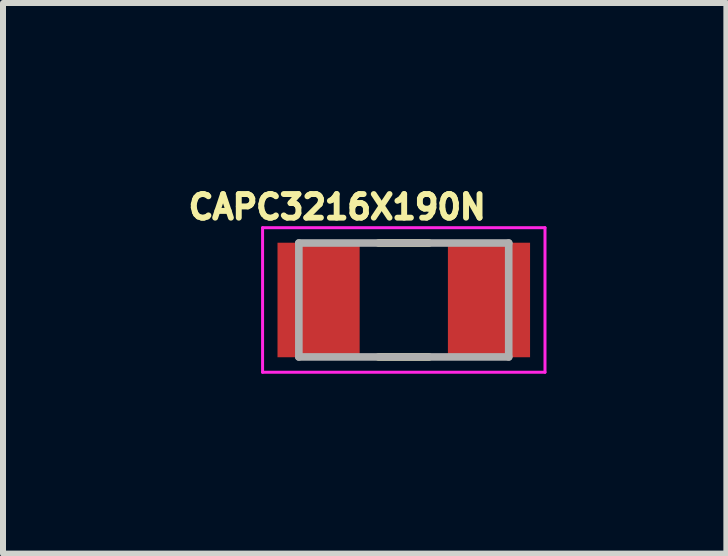
<source format=kicad_pcb>
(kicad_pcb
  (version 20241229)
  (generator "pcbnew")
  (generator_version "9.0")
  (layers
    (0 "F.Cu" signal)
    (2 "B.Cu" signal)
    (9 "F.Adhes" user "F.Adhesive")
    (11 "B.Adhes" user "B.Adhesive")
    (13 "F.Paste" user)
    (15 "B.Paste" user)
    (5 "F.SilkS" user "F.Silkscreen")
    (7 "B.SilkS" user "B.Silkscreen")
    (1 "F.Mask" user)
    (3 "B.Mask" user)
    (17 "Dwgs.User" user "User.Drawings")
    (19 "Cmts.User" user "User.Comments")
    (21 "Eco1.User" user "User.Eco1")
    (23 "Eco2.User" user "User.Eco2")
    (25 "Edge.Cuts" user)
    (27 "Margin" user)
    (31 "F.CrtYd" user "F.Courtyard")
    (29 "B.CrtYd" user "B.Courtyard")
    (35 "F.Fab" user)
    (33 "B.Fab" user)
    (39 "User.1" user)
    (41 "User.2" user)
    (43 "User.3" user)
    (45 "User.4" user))
  (footprint "CAPC3216X190N"
    (layer "F.Cu")
    (at 3.684 1.953)
    (property "Reference" "CAPC3216X190N" (at -1.11 -1.55 0) (layer "F.SilkS") (effects (font (size 0.394 0.394) (thickness 0.15))))
    (attr through_hole)
    (fp_line (start -0.42 -0.95) (end 0.42 -0.95) (stroke (width 0.127) (type solid)) (layer "F.SilkS"))
    (fp_line (start -0.42 0.95) (end 0.42 0.95) (stroke (width 0.127) (type solid)) (layer "F.SilkS"))
    (fp_line (start -2.355 -1.205) (end 2.355 -1.205) (stroke (width 0.05) (type solid)) (layer "F.CrtYd"))
    (fp_line (start -2.355 1.205) (end -2.355 -1.205) (stroke (width 0.05) (type solid)) (layer "F.CrtYd"))
    (fp_line (start -2.355 1.205) (end 2.355 1.205) (stroke (width 0.05) (type solid)) (layer "F.CrtYd"))
    (fp_line (start 2.355 1.205) (end 2.355 -1.205) (stroke (width 0.05) (type solid)) (layer "F.CrtYd"))
    (fp_line (start -1.75 0.95) (end -1.75 -0.95) (stroke (width 0.127) (type solid)) (layer "F.Fab"))
    (fp_line (start 1.75 -0.95) (end -1.75 -0.95) (stroke (width 0.127) (type solid)) (layer "F.Fab"))
    (fp_line (start 1.75 0.95) (end -1.75 0.95) (stroke (width 0.127) (type solid)) (layer "F.Fab"))
    (fp_line (start 1.75 0.95) (end 1.75 -0.95) (stroke (width 0.127) (type solid)) (layer "F.Fab"))
    (pad "1" smd rect (at -1.421 0) (size 1.37 1.91) (layers "F.Cu" "F.Mask" "F.Paste"))
    (pad "2" smd rect (at 1.421 0) (size 1.37 1.91) (layers "F.Cu" "F.Mask" "F.Paste")))
  (gr_rect
    (start -3 -3)
    (end 9.064 6.183)
    (stroke (width 0.1) (type default))
    (fill no)
    (layer "Edge.Cuts")))
</source>
